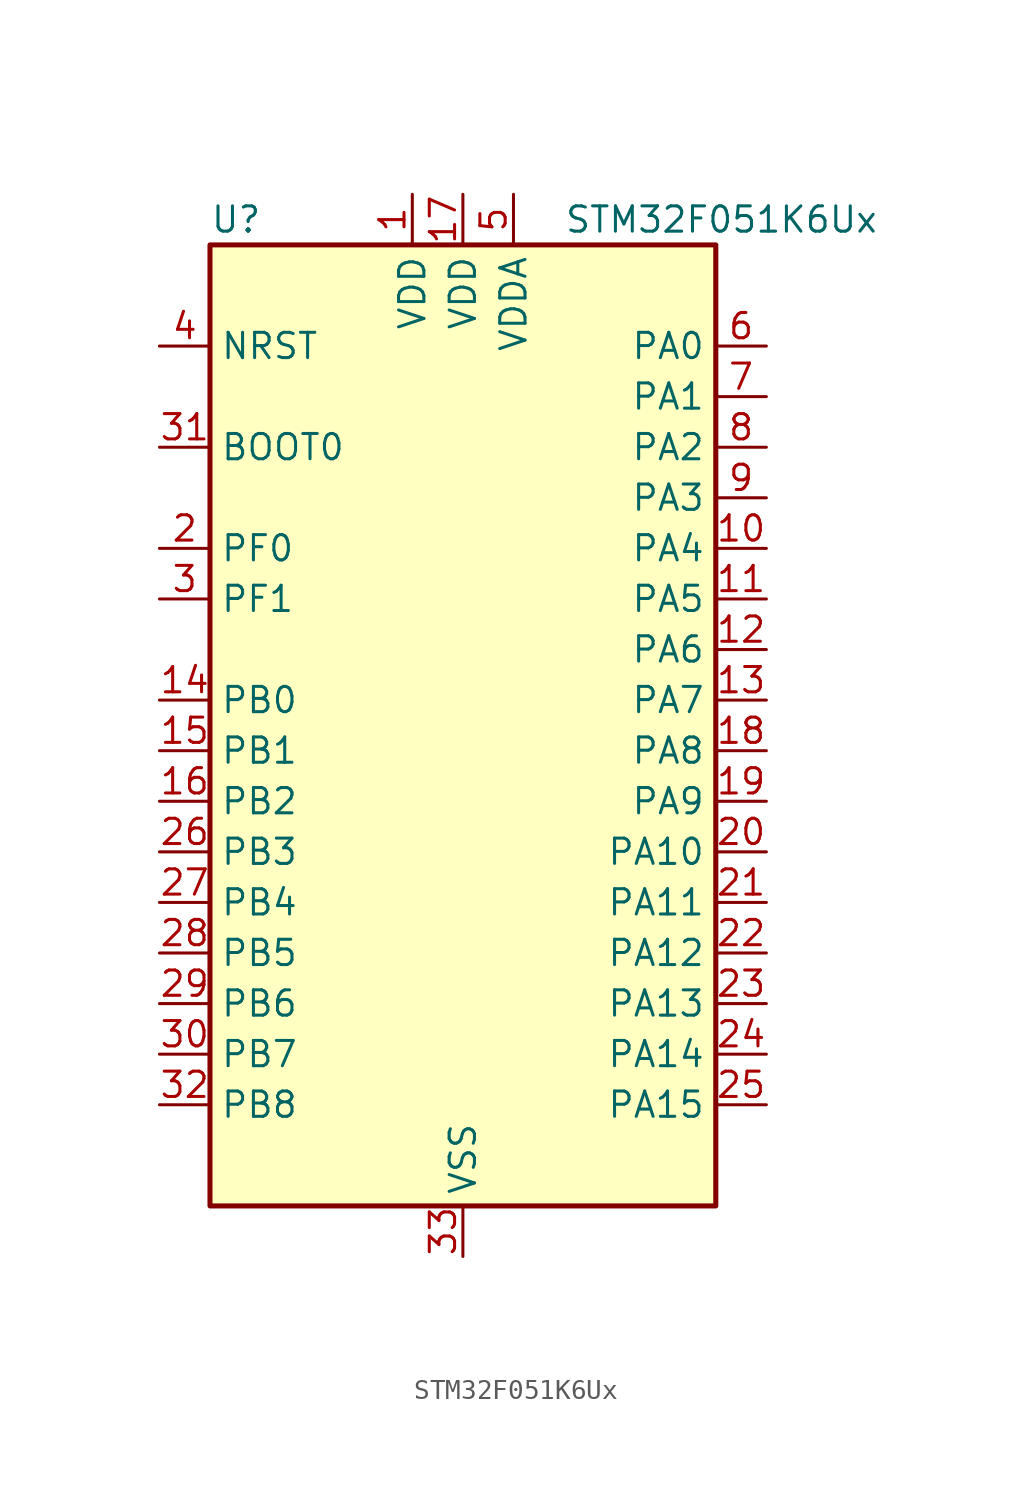
<source format=kicad_sym>
(kicad_symbol_lib
  (version 20241209)
  (generator "kicad_symbol_editor")
  (generator_version "9.0")
  (symbol "STM32F051K6Ux"
    (property "Reference" "U"
      (at -12.7 26.67 0)
      (effects (font (size 1.27 1.27)) (justify left)))
    (property "Value" "STM32F051K6Ux"
      (at 5.08 26.67 0)
      (effects (font (size 1.27 1.27)) (justify left)))
    (symbol "STM32F051K6Ux_0_1"
      (rectangle (start -12.7 -22.86) (end 12.7 25.4) (stroke (width 0.254) (type default)) (fill (type background))))
    (symbol "STM32F051K6Ux_1_1"
      (pin input line (at -15.24 20.32 0) (length 2.54) (name "NRST" (effects (font (size 1.27 1.27)))) (number "4" (effects (font (size 1.27 1.27)))))
      (pin input line (at -15.24 15.24 0) (length 2.54) (name "BOOT0" (effects (font (size 1.27 1.27)))) (number "31" (effects (font (size 1.27 1.27)))))
      (pin bidirectional line (at -15.24 10.16 0) (length 2.54) (name "PF0" (effects (font (size 1.27 1.27)))) (number "2" (effects (font (size 1.27 1.27)))) (alternate "RCC_OSC_IN" bidirectional line))
      (pin bidirectional line (at -15.24 7.62 0) (length 2.54) (name "PF1" (effects (font (size 1.27 1.27)))) (number "3" (effects (font (size 1.27 1.27)))) (alternate "RCC_OSC_OUT" bidirectional line))
      (pin bidirectional line (at -15.24 2.54 0) (length 2.54) (name "PB0" (effects (font (size 1.27 1.27)))) (number "14" (effects (font (size 1.27 1.27)))) (alternate "ADC_IN8" bidirectional line) (alternate "TIM1_CH2N" bidirectional line) (alternate "TIM3_CH3" bidirectional line) (alternate "TSC_G3_IO2" bidirectional line))
      (pin bidirectional line (at -15.24 0 0) (length 2.54) (name "PB1" (effects (font (size 1.27 1.27)))) (number "15" (effects (font (size 1.27 1.27)))) (alternate "ADC_IN9" bidirectional line) (alternate "TIM14_CH1" bidirectional line) (alternate "TIM1_CH3N" bidirectional line) (alternate "TIM3_CH4" bidirectional line) (alternate "TSC_G3_IO3" bidirectional line))
      (pin bidirectional line (at -15.24 -2.54 0) (length 2.54) (name "PB2" (effects (font (size 1.27 1.27)))) (number "16" (effects (font (size 1.27 1.27)))) (alternate "TSC_G3_IO4" bidirectional line))
      (pin bidirectional line (at -15.24 -5.08 0) (length 2.54) (name "PB3" (effects (font (size 1.27 1.27)))) (number "26" (effects (font (size 1.27 1.27)))) (alternate "I2S1_CK" bidirectional line) (alternate "SPI1_SCK" bidirectional line) (alternate "TIM2_CH2" bidirectional line) (alternate "TSC_G5_IO1" bidirectional line))
      (pin bidirectional line (at -15.24 -7.62 0) (length 2.54) (name "PB4" (effects (font (size 1.27 1.27)))) (number "27" (effects (font (size 1.27 1.27)))) (alternate "I2S1_MCK" bidirectional line) (alternate "SPI1_MISO" bidirectional line) (alternate "TIM3_CH1" bidirectional line) (alternate "TSC_G5_IO2" bidirectional line))
      (pin bidirectional line (at -15.24 -10.16 0) (length 2.54) (name "PB5" (effects (font (size 1.27 1.27)))) (number "28" (effects (font (size 1.27 1.27)))) (alternate "I2C1_SMBA" bidirectional line) (alternate "I2S1_SD" bidirectional line) (alternate "SPI1_MOSI" bidirectional line) (alternate "TIM16_BKIN" bidirectional line) (alternate "TIM3_CH2" bidirectional line))
      (pin bidirectional line (at -15.24 -12.7 0) (length 2.54) (name "PB6" (effects (font (size 1.27 1.27)))) (number "29" (effects (font (size 1.27 1.27)))) (alternate "I2C1_SCL" bidirectional line) (alternate "TIM16_CH1N" bidirectional line) (alternate "TSC_G5_IO3" bidirectional line) (alternate "USART1_TX" bidirectional line))
      (pin bidirectional line (at -15.24 -15.24 0) (length 2.54) (name "PB7" (effects (font (size 1.27 1.27)))) (number "30" (effects (font (size 1.27 1.27)))) (alternate "I2C1_SDA" bidirectional line) (alternate "TIM17_CH1N" bidirectional line) (alternate "TSC_G5_IO4" bidirectional line) (alternate "USART1_RX" bidirectional line))
      (pin bidirectional line (at -15.24 -17.78 0) (length 2.54) (name "PB8" (effects (font (size 1.27 1.27)))) (number "32" (effects (font (size 1.27 1.27)))) (alternate "CEC" bidirectional line) (alternate "I2C1_SCL" bidirectional line) (alternate "TIM16_CH1" bidirectional line) (alternate "TSC_SYNC" bidirectional line))
      (pin power_in line (at -2.54 27.94 270) (length 2.54) (name "VDD" (effects (font (size 1.27 1.27)))) (number "1" (effects (font (size 1.27 1.27)))))
      (pin power_in line (at 0 27.94 270) (length 2.54) (name "VDD" (effects (font (size 1.27 1.27)))) (number "17" (effects (font (size 1.27 1.27)))))
      (pin power_in line (at 0 -25.4 90) (length 2.54) (name "VSS" (effects (font (size 1.27 1.27)))) (number "33" (effects (font (size 1.27 1.27)))))
      (pin power_in line (at 2.54 27.94 270) (length 2.54) (name "VDDA" (effects (font (size 1.27 1.27)))) (number "5" (effects (font (size 1.27 1.27)))))
      (pin bidirectional line (at 15.24 20.32 180) (length 2.54) (name "PA0" (effects (font (size 1.27 1.27)))) (number "6" (effects (font (size 1.27 1.27)))) (alternate "ADC_IN0" bidirectional line) (alternate "COMP1_INM" bidirectional line) (alternate "COMP1_OUT" bidirectional line) (alternate "RTC_TAMP2" bidirectional line) (alternate "SYS_WKUP1" bidirectional line) (alternate "TIM2_CH1" bidirectional line) (alternate "TIM2_ETR" bidirectional line) (alternate "TSC_G1_IO1" bidirectional line) (alternate "USART2_CTS" bidirectional line))
      (pin bidirectional line (at 15.24 17.78 180) (length 2.54) (name "PA1" (effects (font (size 1.27 1.27)))) (number "7" (effects (font (size 1.27 1.27)))) (alternate "ADC_IN1" bidirectional line) (alternate "COMP1_INP" bidirectional line) (alternate "TIM2_CH2" bidirectional line) (alternate "TSC_G1_IO2" bidirectional line) (alternate "USART2_DE" bidirectional line) (alternate "USART2_RTS" bidirectional line))
      (pin bidirectional line (at 15.24 15.24 180) (length 2.54) (name "PA2" (effects (font (size 1.27 1.27)))) (number "8" (effects (font (size 1.27 1.27)))) (alternate "ADC_IN2" bidirectional line) (alternate "COMP2_INM" bidirectional line) (alternate "COMP2_OUT" bidirectional line) (alternate "TIM15_CH1" bidirectional line) (alternate "TIM2_CH3" bidirectional line) (alternate "TSC_G1_IO3" bidirectional line) (alternate "USART2_TX" bidirectional line))
      (pin bidirectional line (at 15.24 12.7 180) (length 2.54) (name "PA3" (effects (font (size 1.27 1.27)))) (number "9" (effects (font (size 1.27 1.27)))) (alternate "ADC_IN3" bidirectional line) (alternate "COMP2_INP" bidirectional line) (alternate "TIM15_CH2" bidirectional line) (alternate "TIM2_CH4" bidirectional line) (alternate "TSC_G1_IO4" bidirectional line) (alternate "USART2_RX" bidirectional line))
      (pin bidirectional line (at 15.24 10.16 180) (length 2.54) (name "PA4" (effects (font (size 1.27 1.27)))) (number "10" (effects (font (size 1.27 1.27)))) (alternate "ADC_IN4" bidirectional line) (alternate "COMP1_INM" bidirectional line) (alternate "COMP2_INM" bidirectional line) (alternate "DAC1_OUT1" bidirectional line) (alternate "I2S1_WS" bidirectional line) (alternate "SPI1_NSS" bidirectional line) (alternate "TIM14_CH1" bidirectional line) (alternate "TSC_G2_IO1" bidirectional line) (alternate "USART2_CK" bidirectional line))
      (pin bidirectional line (at 15.24 7.62 180) (length 2.54) (name "PA5" (effects (font (size 1.27 1.27)))) (number "11" (effects (font (size 1.27 1.27)))) (alternate "ADC_IN5" bidirectional line) (alternate "CEC" bidirectional line) (alternate "COMP1_INM" bidirectional line) (alternate "COMP2_INM" bidirectional line) (alternate "I2S1_CK" bidirectional line) (alternate "SPI1_SCK" bidirectional line) (alternate "TIM2_CH1" bidirectional line) (alternate "TIM2_ETR" bidirectional line) (alternate "TSC_G2_IO2" bidirectional line))
      (pin bidirectional line (at 15.24 5.08 180) (length 2.54) (name "PA6" (effects (font (size 1.27 1.27)))) (number "12" (effects (font (size 1.27 1.27)))) (alternate "ADC_IN6" bidirectional line) (alternate "COMP1_OUT" bidirectional line) (alternate "I2S1_MCK" bidirectional line) (alternate "SPI1_MISO" bidirectional line) (alternate "TIM16_CH1" bidirectional line) (alternate "TIM1_BKIN" bidirectional line) (alternate "TIM3_CH1" bidirectional line) (alternate "TSC_G2_IO3" bidirectional line))
      (pin bidirectional line (at 15.24 2.54 180) (length 2.54) (name "PA7" (effects (font (size 1.27 1.27)))) (number "13" (effects (font (size 1.27 1.27)))) (alternate "ADC_IN7" bidirectional line) (alternate "COMP2_OUT" bidirectional line) (alternate "I2S1_SD" bidirectional line) (alternate "SPI1_MOSI" bidirectional line) (alternate "TIM14_CH1" bidirectional line) (alternate "TIM17_CH1" bidirectional line) (alternate "TIM1_CH1N" bidirectional line) (alternate "TIM3_CH2" bidirectional line) (alternate "TSC_G2_IO4" bidirectional line))
      (pin bidirectional line (at 15.24 0 180) (length 2.54) (name "PA8" (effects (font (size 1.27 1.27)))) (number "18" (effects (font (size 1.27 1.27)))) (alternate "RCC_MCO" bidirectional line) (alternate "TIM1_CH1" bidirectional line) (alternate "USART1_CK" bidirectional line))
      (pin bidirectional line (at 15.24 -2.54 180) (length 2.54) (name "PA9" (effects (font (size 1.27 1.27)))) (number "19" (effects (font (size 1.27 1.27)))) (alternate "DAC1_EXTI9" bidirectional line) (alternate "TIM15_BKIN" bidirectional line) (alternate "TIM1_CH2" bidirectional line) (alternate "TSC_G4_IO1" bidirectional line) (alternate "USART1_TX" bidirectional line))
      (pin bidirectional line (at 15.24 -5.08 180) (length 2.54) (name "PA10" (effects (font (size 1.27 1.27)))) (number "20" (effects (font (size 1.27 1.27)))) (alternate "TIM17_BKIN" bidirectional line) (alternate "TIM1_CH3" bidirectional line) (alternate "TSC_G4_IO2" bidirectional line) (alternate "USART1_RX" bidirectional line))
      (pin bidirectional line (at 15.24 -7.62 180) (length 2.54) (name "PA11" (effects (font (size 1.27 1.27)))) (number "21" (effects (font (size 1.27 1.27)))) (alternate "COMP1_OUT" bidirectional line) (alternate "TIM1_CH4" bidirectional line) (alternate "TSC_G4_IO3" bidirectional line) (alternate "USART1_CTS" bidirectional line))
      (pin bidirectional line (at 15.24 -10.16 180) (length 2.54) (name "PA12" (effects (font (size 1.27 1.27)))) (number "22" (effects (font (size 1.27 1.27)))) (alternate "COMP2_OUT" bidirectional line) (alternate "TIM1_ETR" bidirectional line) (alternate "TSC_G4_IO4" bidirectional line) (alternate "USART1_DE" bidirectional line) (alternate "USART1_RTS" bidirectional line))
      (pin bidirectional line (at 15.24 -12.7 180) (length 2.54) (name "PA13" (effects (font (size 1.27 1.27)))) (number "23" (effects (font (size 1.27 1.27)))) (alternate "IR_OUT" bidirectional line) (alternate "SYS_SWDIO" bidirectional line))
      (pin bidirectional line (at 15.24 -15.24 180) (length 2.54) (name "PA14" (effects (font (size 1.27 1.27)))) (number "24" (effects (font (size 1.27 1.27)))) (alternate "SYS_SWCLK" bidirectional line) (alternate "USART2_TX" bidirectional line))
      (pin bidirectional line (at 15.24 -17.78 180) (length 2.54) (name "PA15" (effects (font (size 1.27 1.27)))) (number "25" (effects (font (size 1.27 1.27)))) (alternate "I2S1_WS" bidirectional line) (alternate "SPI1_NSS" bidirectional line) (alternate "TIM2_CH1" bidirectional line) (alternate "TIM2_ETR" bidirectional line) (alternate "USART2_RX" bidirectional line)))))
</source>
